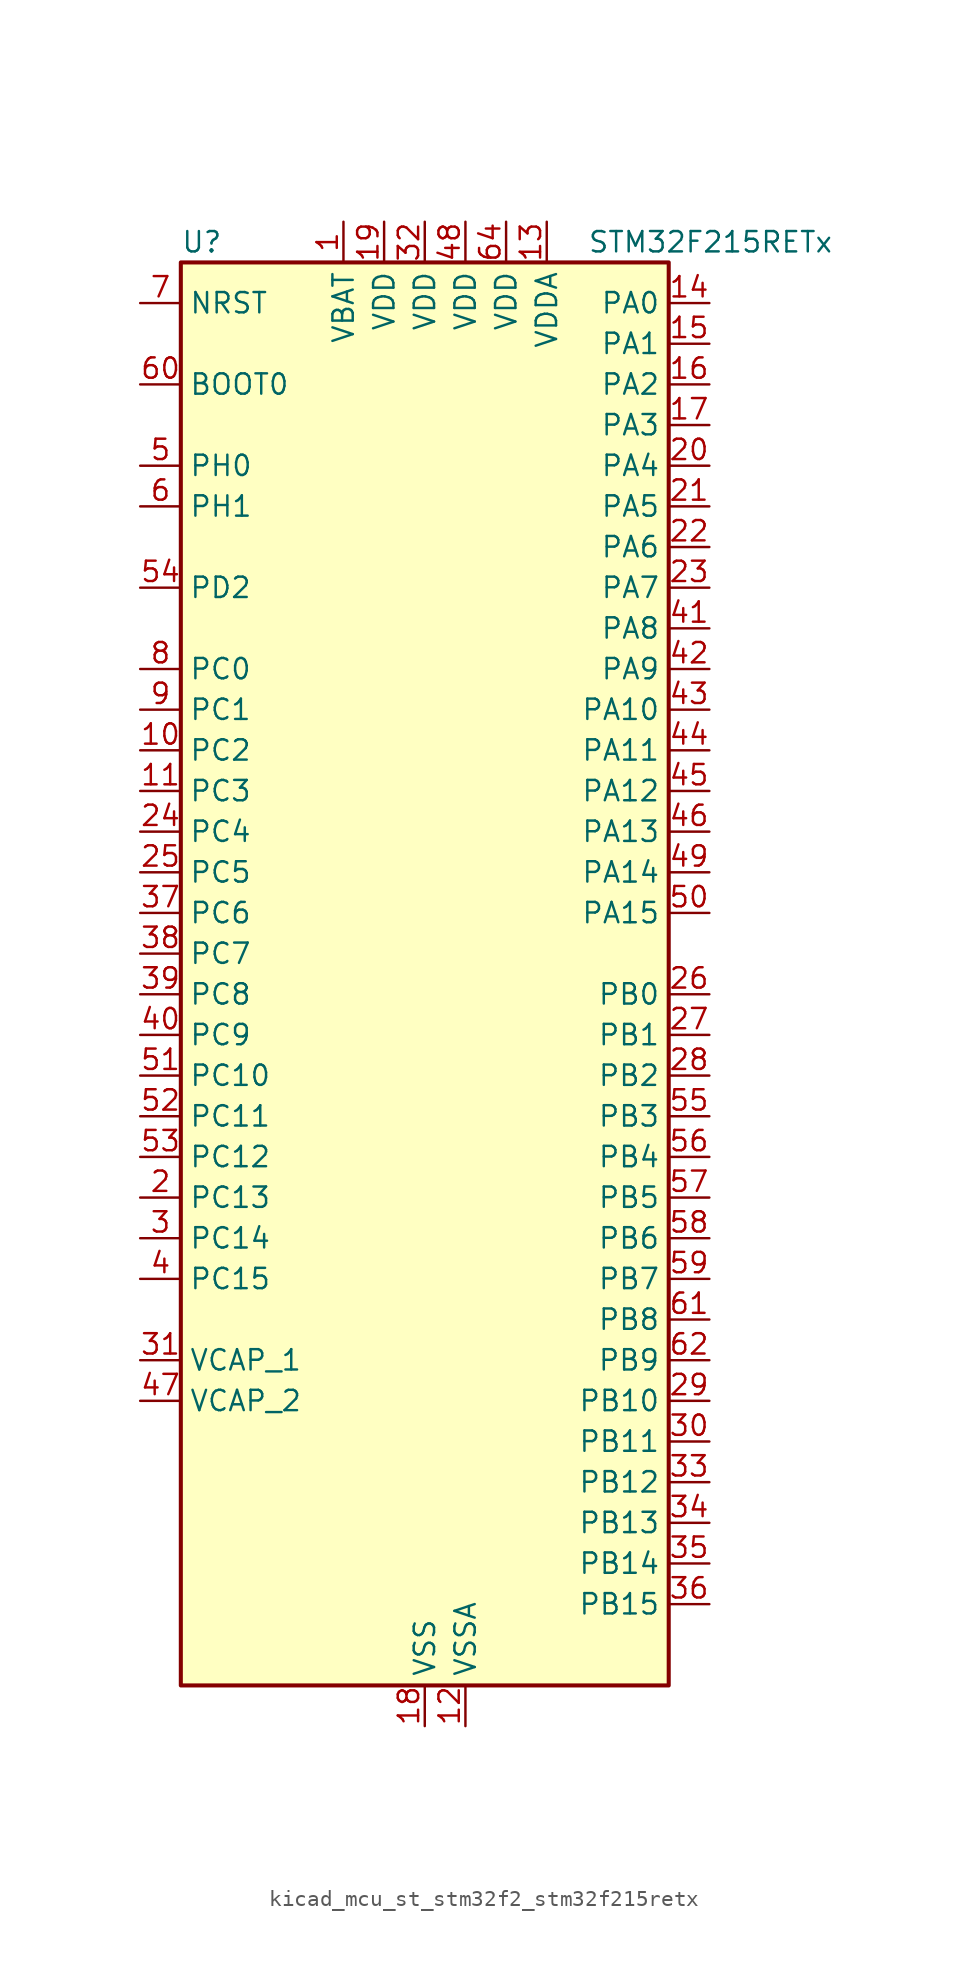
<source format=kicad_sym>
(kicad_symbol_lib
  (version 20220914)
  (generator kicad_symbol_editor)
  (symbol "kicad_mcu_st_stm32f2_stm32f215retx"
    (property "Reference" "U"
      (at -15.24 46.99 0)
      (effects (font (size 1.27 1.27)) (justify left)))
    (property "Value" "STM32F215RETx"
      (at 10.16 46.99 0)
      (effects (font (size 1.27 1.27)) (justify left)))
    (property "ki_locked" ""
      (at 0 0 0)
      (effects (font (size 1.27 1.27))))
    (symbol "kicad_mcu_st_stm32f2_stm32f215retx_0_1"
      (rectangle (start -15.24 -43.18) (end 15.24 45.72) (stroke (width 0.254) (type default)) (fill (type background))))
    (symbol "kicad_mcu_st_stm32f2_stm32f215retx_1_1"
      (pin power_in line (at -5.08 48.26 270) (length 2.54) (name "VBAT" (effects (font (size 1.27 1.27)))) (number "1" (effects (font (size 1.27 1.27)))))
      (pin bidirectional line (at -17.78 15.24 0) (length 2.54) (name "PC2" (effects (font (size 1.27 1.27)))) (number "10" (effects (font (size 1.27 1.27)))) (alternate "ADC1_IN12" bidirectional line) (alternate "ADC2_IN12" bidirectional line) (alternate "ADC3_IN12" bidirectional line) (alternate "SPI2_MISO" bidirectional line) (alternate "USB_OTG_HS_ULPI_DIR" bidirectional line))
      (pin bidirectional line (at -17.78 12.7 0) (length 2.54) (name "PC3" (effects (font (size 1.27 1.27)))) (number "11" (effects (font (size 1.27 1.27)))) (alternate "ADC1_IN13" bidirectional line) (alternate "ADC2_IN13" bidirectional line) (alternate "ADC3_IN13" bidirectional line) (alternate "I2S2_SD" bidirectional line) (alternate "SPI2_MOSI" bidirectional line) (alternate "USB_OTG_HS_ULPI_NXT" bidirectional line))
      (pin power_in line (at 2.54 -45.72 90) (length 2.54) (name "VSSA" (effects (font (size 1.27 1.27)))) (number "12" (effects (font (size 1.27 1.27)))))
      (pin power_in line (at 7.62 48.26 270) (length 2.54) (name "VDDA" (effects (font (size 1.27 1.27)))) (number "13" (effects (font (size 1.27 1.27)))))
      (pin bidirectional line (at 17.78 43.18 180) (length 2.54) (name "PA0" (effects (font (size 1.27 1.27)))) (number "14" (effects (font (size 1.27 1.27)))) (alternate "ADC1_IN0" bidirectional line) (alternate "ADC2_IN0" bidirectional line) (alternate "ADC3_IN0" bidirectional line) (alternate "SYS_WKUP" bidirectional line) (alternate "TIM2_CH1" bidirectional line) (alternate "TIM2_ETR" bidirectional line) (alternate "TIM5_CH1" bidirectional line) (alternate "TIM8_ETR" bidirectional line) (alternate "UART4_TX" bidirectional line) (alternate "USART2_CTS" bidirectional line))
      (pin bidirectional line (at 17.78 40.64 180) (length 2.54) (name "PA1" (effects (font (size 1.27 1.27)))) (number "15" (effects (font (size 1.27 1.27)))) (alternate "ADC1_IN1" bidirectional line) (alternate "ADC2_IN1" bidirectional line) (alternate "ADC3_IN1" bidirectional line) (alternate "TIM2_CH2" bidirectional line) (alternate "TIM5_CH2" bidirectional line) (alternate "UART4_RX" bidirectional line) (alternate "USART2_RTS" bidirectional line))
      (pin bidirectional line (at 17.78 38.1 180) (length 2.54) (name "PA2" (effects (font (size 1.27 1.27)))) (number "16" (effects (font (size 1.27 1.27)))) (alternate "ADC1_IN2" bidirectional line) (alternate "ADC2_IN2" bidirectional line) (alternate "ADC3_IN2" bidirectional line) (alternate "TIM2_CH3" bidirectional line) (alternate "TIM5_CH3" bidirectional line) (alternate "TIM9_CH1" bidirectional line) (alternate "USART2_TX" bidirectional line))
      (pin bidirectional line (at 17.78 35.56 180) (length 2.54) (name "PA3" (effects (font (size 1.27 1.27)))) (number "17" (effects (font (size 1.27 1.27)))) (alternate "ADC1_IN3" bidirectional line) (alternate "ADC2_IN3" bidirectional line) (alternate "ADC3_IN3" bidirectional line) (alternate "TIM2_CH4" bidirectional line) (alternate "TIM5_CH4" bidirectional line) (alternate "TIM9_CH2" bidirectional line) (alternate "USART2_RX" bidirectional line) (alternate "USB_OTG_HS_ULPI_D0" bidirectional line))
      (pin power_in line (at 0 -45.72 90) (length 2.54) (name "VSS" (effects (font (size 1.27 1.27)))) (number "18" (effects (font (size 1.27 1.27)))))
      (pin power_in line (at -2.54 48.26 270) (length 2.54) (name "VDD" (effects (font (size 1.27 1.27)))) (number "19" (effects (font (size 1.27 1.27)))))
      (pin bidirectional line (at -17.78 -12.7 0) (length 2.54) (name "PC13" (effects (font (size 1.27 1.27)))) (number "2" (effects (font (size 1.27 1.27)))) (alternate "RTC_AF1" bidirectional line))
      (pin bidirectional line (at 17.78 33.02 180) (length 2.54) (name "PA4" (effects (font (size 1.27 1.27)))) (number "20" (effects (font (size 1.27 1.27)))) (alternate "ADC1_IN4" bidirectional line) (alternate "ADC2_IN4" bidirectional line) (alternate "DAC_OUT1" bidirectional line) (alternate "I2S3_WS" bidirectional line) (alternate "SPI1_NSS" bidirectional line) (alternate "SPI3_NSS" bidirectional line) (alternate "USART2_CK" bidirectional line) (alternate "USB_OTG_HS_SOF" bidirectional line))
      (pin bidirectional line (at 17.78 30.48 180) (length 2.54) (name "PA5" (effects (font (size 1.27 1.27)))) (number "21" (effects (font (size 1.27 1.27)))) (alternate "ADC1_IN5" bidirectional line) (alternate "ADC2_IN5" bidirectional line) (alternate "DAC_OUT2" bidirectional line) (alternate "SPI1_SCK" bidirectional line) (alternate "TIM2_CH1" bidirectional line) (alternate "TIM2_ETR" bidirectional line) (alternate "TIM8_CH1N" bidirectional line) (alternate "USB_OTG_HS_ULPI_CK" bidirectional line))
      (pin bidirectional line (at 17.78 27.94 180) (length 2.54) (name "PA6" (effects (font (size 1.27 1.27)))) (number "22" (effects (font (size 1.27 1.27)))) (alternate "ADC1_IN6" bidirectional line) (alternate "ADC2_IN6" bidirectional line) (alternate "SPI1_MISO" bidirectional line) (alternate "TIM13_CH1" bidirectional line) (alternate "TIM1_BKIN" bidirectional line) (alternate "TIM3_CH1" bidirectional line) (alternate "TIM8_BKIN" bidirectional line))
      (pin bidirectional line (at 17.78 25.4 180) (length 2.54) (name "PA7" (effects (font (size 1.27 1.27)))) (number "23" (effects (font (size 1.27 1.27)))) (alternate "ADC1_IN7" bidirectional line) (alternate "ADC2_IN7" bidirectional line) (alternate "SPI1_MOSI" bidirectional line) (alternate "TIM14_CH1" bidirectional line) (alternate "TIM1_CH1N" bidirectional line) (alternate "TIM3_CH2" bidirectional line) (alternate "TIM8_CH1N" bidirectional line))
      (pin bidirectional line (at -17.78 10.16 0) (length 2.54) (name "PC4" (effects (font (size 1.27 1.27)))) (number "24" (effects (font (size 1.27 1.27)))) (alternate "ADC1_IN14" bidirectional line) (alternate "ADC2_IN14" bidirectional line))
      (pin bidirectional line (at -17.78 7.62 0) (length 2.54) (name "PC5" (effects (font (size 1.27 1.27)))) (number "25" (effects (font (size 1.27 1.27)))) (alternate "ADC1_IN15" bidirectional line) (alternate "ADC2_IN15" bidirectional line))
      (pin bidirectional line (at 17.78 0 180) (length 2.54) (name "PB0" (effects (font (size 1.27 1.27)))) (number "26" (effects (font (size 1.27 1.27)))) (alternate "ADC1_IN8" bidirectional line) (alternate "ADC2_IN8" bidirectional line) (alternate "TIM1_CH2N" bidirectional line) (alternate "TIM3_CH3" bidirectional line) (alternate "TIM8_CH2N" bidirectional line) (alternate "USB_OTG_HS_ULPI_D1" bidirectional line))
      (pin bidirectional line (at 17.78 -2.54 180) (length 2.54) (name "PB1" (effects (font (size 1.27 1.27)))) (number "27" (effects (font (size 1.27 1.27)))) (alternate "ADC1_IN9" bidirectional line) (alternate "ADC2_IN9" bidirectional line) (alternate "TIM1_CH3N" bidirectional line) (alternate "TIM3_CH4" bidirectional line) (alternate "TIM8_CH3N" bidirectional line) (alternate "USB_OTG_HS_ULPI_D2" bidirectional line))
      (pin bidirectional line (at 17.78 -5.08 180) (length 2.54) (name "PB2" (effects (font (size 1.27 1.27)))) (number "28" (effects (font (size 1.27 1.27)))))
      (pin bidirectional line (at 17.78 -25.4 180) (length 2.54) (name "PB10" (effects (font (size 1.27 1.27)))) (number "29" (effects (font (size 1.27 1.27)))) (alternate "I2C2_SCL" bidirectional line) (alternate "I2S2_SCK" bidirectional line) (alternate "SPI2_SCK" bidirectional line) (alternate "TIM2_CH3" bidirectional line) (alternate "USART3_TX" bidirectional line) (alternate "USB_OTG_HS_ULPI_D3" bidirectional line))
      (pin bidirectional line (at -17.78 -15.24 0) (length 2.54) (name "PC14" (effects (font (size 1.27 1.27)))) (number "3" (effects (font (size 1.27 1.27)))) (alternate "RCC_OSC32_IN" bidirectional line))
      (pin bidirectional line (at 17.78 -27.94 180) (length 2.54) (name "PB11" (effects (font (size 1.27 1.27)))) (number "30" (effects (font (size 1.27 1.27)))) (alternate "ADC1_EXTI11" bidirectional line) (alternate "ADC2_EXTI11" bidirectional line) (alternate "ADC3_EXTI11" bidirectional line) (alternate "I2C2_SDA" bidirectional line) (alternate "TIM2_CH4" bidirectional line) (alternate "USART3_RX" bidirectional line) (alternate "USB_OTG_HS_ULPI_D4" bidirectional line))
      (pin power_out line (at -17.78 -22.86 0) (length 2.54) (name "VCAP_1" (effects (font (size 1.27 1.27)))) (number "31" (effects (font (size 1.27 1.27)))))
      (pin power_in line (at 0 48.26 270) (length 2.54) (name "VDD" (effects (font (size 1.27 1.27)))) (number "32" (effects (font (size 1.27 1.27)))))
      (pin bidirectional line (at 17.78 -30.48 180) (length 2.54) (name "PB12" (effects (font (size 1.27 1.27)))) (number "33" (effects (font (size 1.27 1.27)))) (alternate "CAN2_RX" bidirectional line) (alternate "I2C2_SMBA" bidirectional line) (alternate "I2S2_WS" bidirectional line) (alternate "SPI2_NSS" bidirectional line) (alternate "TIM1_BKIN" bidirectional line) (alternate "USART3_CK" bidirectional line) (alternate "USB_OTG_HS_ID" bidirectional line) (alternate "USB_OTG_HS_ULPI_D5" bidirectional line))
      (pin bidirectional line (at 17.78 -33.02 180) (length 2.54) (name "PB13" (effects (font (size 1.27 1.27)))) (number "34" (effects (font (size 1.27 1.27)))) (alternate "CAN2_TX" bidirectional line) (alternate "I2S2_SCK" bidirectional line) (alternate "SPI2_SCK" bidirectional line) (alternate "TIM1_CH1N" bidirectional line) (alternate "USART3_CTS" bidirectional line) (alternate "USB_OTG_HS_ULPI_D6" bidirectional line) (alternate "USB_OTG_HS_VBUS" bidirectional line))
      (pin bidirectional line (at 17.78 -35.56 180) (length 2.54) (name "PB14" (effects (font (size 1.27 1.27)))) (number "35" (effects (font (size 1.27 1.27)))) (alternate "SPI2_MISO" bidirectional line) (alternate "TIM12_CH1" bidirectional line) (alternate "TIM1_CH2N" bidirectional line) (alternate "TIM8_CH2N" bidirectional line) (alternate "USART3_RTS" bidirectional line) (alternate "USB_OTG_HS_DM" bidirectional line))
      (pin bidirectional line (at 17.78 -38.1 180) (length 2.54) (name "PB15" (effects (font (size 1.27 1.27)))) (number "36" (effects (font (size 1.27 1.27)))) (alternate "ADC1_EXTI15" bidirectional line) (alternate "ADC2_EXTI15" bidirectional line) (alternate "ADC3_EXTI15" bidirectional line) (alternate "I2S2_SD" bidirectional line) (alternate "RTC_REFIN" bidirectional line) (alternate "SPI2_MOSI" bidirectional line) (alternate "TIM12_CH2" bidirectional line) (alternate "TIM1_CH3N" bidirectional line) (alternate "TIM8_CH3N" bidirectional line) (alternate "USB_OTG_HS_DP" bidirectional line))
      (pin bidirectional line (at -17.78 5.08 0) (length 2.54) (name "PC6" (effects (font (size 1.27 1.27)))) (number "37" (effects (font (size 1.27 1.27)))) (alternate "I2S2_MCK" bidirectional line) (alternate "SDIO_D6" bidirectional line) (alternate "TIM3_CH1" bidirectional line) (alternate "TIM8_CH1" bidirectional line) (alternate "USART6_TX" bidirectional line))
      (pin bidirectional line (at -17.78 2.54 0) (length 2.54) (name "PC7" (effects (font (size 1.27 1.27)))) (number "38" (effects (font (size 1.27 1.27)))) (alternate "I2S3_MCK" bidirectional line) (alternate "SDIO_D7" bidirectional line) (alternate "TIM3_CH2" bidirectional line) (alternate "TIM8_CH2" bidirectional line) (alternate "USART6_RX" bidirectional line))
      (pin bidirectional line (at -17.78 0 0) (length 2.54) (name "PC8" (effects (font (size 1.27 1.27)))) (number "39" (effects (font (size 1.27 1.27)))) (alternate "SDIO_D0" bidirectional line) (alternate "TIM3_CH3" bidirectional line) (alternate "TIM8_CH3" bidirectional line) (alternate "USART6_CK" bidirectional line))
      (pin bidirectional line (at -17.78 -17.78 0) (length 2.54) (name "PC15" (effects (font (size 1.27 1.27)))) (number "4" (effects (font (size 1.27 1.27)))) (alternate "ADC1_EXTI15" bidirectional line) (alternate "ADC2_EXTI15" bidirectional line) (alternate "ADC3_EXTI15" bidirectional line) (alternate "RCC_OSC32_OUT" bidirectional line))
      (pin bidirectional line (at -17.78 -2.54 0) (length 2.54) (name "PC9" (effects (font (size 1.27 1.27)))) (number "40" (effects (font (size 1.27 1.27)))) (alternate "DAC_EXTI9" bidirectional line) (alternate "I2C3_SDA" bidirectional line) (alternate "I2S_CKIN" bidirectional line) (alternate "RCC_MCO_2" bidirectional line) (alternate "SDIO_D1" bidirectional line) (alternate "TIM3_CH4" bidirectional line) (alternate "TIM8_CH4" bidirectional line))
      (pin bidirectional line (at 17.78 22.86 180) (length 2.54) (name "PA8" (effects (font (size 1.27 1.27)))) (number "41" (effects (font (size 1.27 1.27)))) (alternate "I2C3_SCL" bidirectional line) (alternate "RCC_MCO_1" bidirectional line) (alternate "TIM1_CH1" bidirectional line) (alternate "USART1_CK" bidirectional line) (alternate "USB_OTG_FS_SOF" bidirectional line))
      (pin bidirectional line (at 17.78 20.32 180) (length 2.54) (name "PA9" (effects (font (size 1.27 1.27)))) (number "42" (effects (font (size 1.27 1.27)))) (alternate "DAC_EXTI9" bidirectional line) (alternate "I2C3_SMBA" bidirectional line) (alternate "TIM1_CH2" bidirectional line) (alternate "USART1_TX" bidirectional line) (alternate "USB_OTG_FS_VBUS" bidirectional line))
      (pin bidirectional line (at 17.78 17.78 180) (length 2.54) (name "PA10" (effects (font (size 1.27 1.27)))) (number "43" (effects (font (size 1.27 1.27)))) (alternate "TIM1_CH3" bidirectional line) (alternate "USART1_RX" bidirectional line) (alternate "USB_OTG_FS_ID" bidirectional line))
      (pin bidirectional line (at 17.78 15.24 180) (length 2.54) (name "PA11" (effects (font (size 1.27 1.27)))) (number "44" (effects (font (size 1.27 1.27)))) (alternate "ADC1_EXTI11" bidirectional line) (alternate "ADC2_EXTI11" bidirectional line) (alternate "ADC3_EXTI11" bidirectional line) (alternate "CAN1_RX" bidirectional line) (alternate "TIM1_CH4" bidirectional line) (alternate "USART1_CTS" bidirectional line) (alternate "USB_OTG_FS_DM" bidirectional line))
      (pin bidirectional line (at 17.78 12.7 180) (length 2.54) (name "PA12" (effects (font (size 1.27 1.27)))) (number "45" (effects (font (size 1.27 1.27)))) (alternate "CAN1_TX" bidirectional line) (alternate "TIM1_ETR" bidirectional line) (alternate "USART1_RTS" bidirectional line) (alternate "USB_OTG_FS_DP" bidirectional line))
      (pin bidirectional line (at 17.78 10.16 180) (length 2.54) (name "PA13" (effects (font (size 1.27 1.27)))) (number "46" (effects (font (size 1.27 1.27)))) (alternate "SYS_JTMS-SWDIO" bidirectional line))
      (pin power_out line (at -17.78 -25.4 0) (length 2.54) (name "VCAP_2" (effects (font (size 1.27 1.27)))) (number "47" (effects (font (size 1.27 1.27)))))
      (pin power_in line (at 2.54 48.26 270) (length 2.54) (name "VDD" (effects (font (size 1.27 1.27)))) (number "48" (effects (font (size 1.27 1.27)))))
      (pin bidirectional line (at 17.78 7.62 180) (length 2.54) (name "PA14" (effects (font (size 1.27 1.27)))) (number "49" (effects (font (size 1.27 1.27)))) (alternate "SYS_JTCK-SWCLK" bidirectional line))
      (pin bidirectional line (at -17.78 33.02 0) (length 2.54) (name "PH0" (effects (font (size 1.27 1.27)))) (number "5" (effects (font (size 1.27 1.27)))) (alternate "RCC_OSC_IN" bidirectional line))
      (pin bidirectional line (at 17.78 5.08 180) (length 2.54) (name "PA15" (effects (font (size 1.27 1.27)))) (number "50" (effects (font (size 1.27 1.27)))) (alternate "ADC1_EXTI15" bidirectional line) (alternate "ADC2_EXTI15" bidirectional line) (alternate "ADC3_EXTI15" bidirectional line) (alternate "I2S3_WS" bidirectional line) (alternate "SPI1_NSS" bidirectional line) (alternate "SPI3_NSS" bidirectional line) (alternate "SYS_JTDI" bidirectional line) (alternate "TIM2_CH1" bidirectional line) (alternate "TIM2_ETR" bidirectional line))
      (pin bidirectional line (at -17.78 -5.08 0) (length 2.54) (name "PC10" (effects (font (size 1.27 1.27)))) (number "51" (effects (font (size 1.27 1.27)))) (alternate "I2S3_SCK" bidirectional line) (alternate "SDIO_D2" bidirectional line) (alternate "SPI3_SCK" bidirectional line) (alternate "UART4_TX" bidirectional line) (alternate "USART3_TX" bidirectional line))
      (pin bidirectional line (at -17.78 -7.62 0) (length 2.54) (name "PC11" (effects (font (size 1.27 1.27)))) (number "52" (effects (font (size 1.27 1.27)))) (alternate "ADC1_EXTI11" bidirectional line) (alternate "ADC2_EXTI11" bidirectional line) (alternate "ADC3_EXTI11" bidirectional line) (alternate "SDIO_D3" bidirectional line) (alternate "SPI3_MISO" bidirectional line) (alternate "UART4_RX" bidirectional line) (alternate "USART3_RX" bidirectional line))
      (pin bidirectional line (at -17.78 -10.16 0) (length 2.54) (name "PC12" (effects (font (size 1.27 1.27)))) (number "53" (effects (font (size 1.27 1.27)))) (alternate "I2S3_SD" bidirectional line) (alternate "SDIO_CK" bidirectional line) (alternate "SPI3_MOSI" bidirectional line) (alternate "UART5_TX" bidirectional line) (alternate "USART3_CK" bidirectional line))
      (pin bidirectional line (at -17.78 25.4 0) (length 2.54) (name "PD2" (effects (font (size 1.27 1.27)))) (number "54" (effects (font (size 1.27 1.27)))) (alternate "SDIO_CMD" bidirectional line) (alternate "TIM3_ETR" bidirectional line) (alternate "UART5_RX" bidirectional line))
      (pin bidirectional line (at 17.78 -7.62 180) (length 2.54) (name "PB3" (effects (font (size 1.27 1.27)))) (number "55" (effects (font (size 1.27 1.27)))) (alternate "I2S3_SCK" bidirectional line) (alternate "SPI1_SCK" bidirectional line) (alternate "SPI3_SCK" bidirectional line) (alternate "SYS_JTDO-SWO" bidirectional line) (alternate "TIM2_CH2" bidirectional line))
      (pin bidirectional line (at 17.78 -10.16 180) (length 2.54) (name "PB4" (effects (font (size 1.27 1.27)))) (number "56" (effects (font (size 1.27 1.27)))) (alternate "SPI1_MISO" bidirectional line) (alternate "SPI3_MISO" bidirectional line) (alternate "SYS_JTRST" bidirectional line) (alternate "TIM3_CH1" bidirectional line))
      (pin bidirectional line (at 17.78 -12.7 180) (length 2.54) (name "PB5" (effects (font (size 1.27 1.27)))) (number "57" (effects (font (size 1.27 1.27)))) (alternate "CAN2_RX" bidirectional line) (alternate "I2C1_SMBA" bidirectional line) (alternate "I2S3_SD" bidirectional line) (alternate "SPI1_MOSI" bidirectional line) (alternate "SPI3_MOSI" bidirectional line) (alternate "TIM3_CH2" bidirectional line) (alternate "USB_OTG_HS_ULPI_D7" bidirectional line))
      (pin bidirectional line (at 17.78 -15.24 180) (length 2.54) (name "PB6" (effects (font (size 1.27 1.27)))) (number "58" (effects (font (size 1.27 1.27)))) (alternate "CAN2_TX" bidirectional line) (alternate "I2C1_SCL" bidirectional line) (alternate "TIM4_CH1" bidirectional line) (alternate "USART1_TX" bidirectional line))
      (pin bidirectional line (at 17.78 -17.78 180) (length 2.54) (name "PB7" (effects (font (size 1.27 1.27)))) (number "59" (effects (font (size 1.27 1.27)))) (alternate "I2C1_SDA" bidirectional line) (alternate "TIM4_CH2" bidirectional line) (alternate "USART1_RX" bidirectional line))
      (pin bidirectional line (at -17.78 30.48 0) (length 2.54) (name "PH1" (effects (font (size 1.27 1.27)))) (number "6" (effects (font (size 1.27 1.27)))) (alternate "RCC_OSC_OUT" bidirectional line))
      (pin input line (at -17.78 38.1 0) (length 2.54) (name "BOOT0" (effects (font (size 1.27 1.27)))) (number "60" (effects (font (size 1.27 1.27)))))
      (pin bidirectional line (at 17.78 -20.32 180) (length 2.54) (name "PB8" (effects (font (size 1.27 1.27)))) (number "61" (effects (font (size 1.27 1.27)))) (alternate "CAN1_RX" bidirectional line) (alternate "I2C1_SCL" bidirectional line) (alternate "SDIO_D4" bidirectional line) (alternate "TIM10_CH1" bidirectional line) (alternate "TIM4_CH3" bidirectional line))
      (pin bidirectional line (at 17.78 -22.86 180) (length 2.54) (name "PB9" (effects (font (size 1.27 1.27)))) (number "62" (effects (font (size 1.27 1.27)))) (alternate "CAN1_TX" bidirectional line) (alternate "DAC_EXTI9" bidirectional line) (alternate "I2C1_SDA" bidirectional line) (alternate "I2S2_WS" bidirectional line) (alternate "SDIO_D5" bidirectional line) (alternate "SPI2_NSS" bidirectional line) (alternate "TIM11_CH1" bidirectional line) (alternate "TIM4_CH4" bidirectional line))
      (pin passive line (at 0 -45.72 90) (length 2.54) hide (name "VSS" (effects (font (size 1.27 1.27)))) (number "63" (effects (font (size 1.27 1.27)))))
      (pin power_in line (at 5.08 48.26 270) (length 2.54) (name "VDD" (effects (font (size 1.27 1.27)))) (number "64" (effects (font (size 1.27 1.27)))))
      (pin input line (at -17.78 43.18 0) (length 2.54) (name "NRST" (effects (font (size 1.27 1.27)))) (number "7" (effects (font (size 1.27 1.27)))))
      (pin bidirectional line (at -17.78 20.32 0) (length 2.54) (name "PC0" (effects (font (size 1.27 1.27)))) (number "8" (effects (font (size 1.27 1.27)))) (alternate "ADC1_IN10" bidirectional line) (alternate "ADC2_IN10" bidirectional line) (alternate "ADC3_IN10" bidirectional line) (alternate "USB_OTG_HS_ULPI_STP" bidirectional line))
      (pin bidirectional line (at -17.78 17.78 0) (length 2.54) (name "PC1" (effects (font (size 1.27 1.27)))) (number "9" (effects (font (size 1.27 1.27)))) (alternate "ADC1_IN11" bidirectional line) (alternate "ADC2_IN11" bidirectional line) (alternate "ADC3_IN11" bidirectional line)))))
</source>
